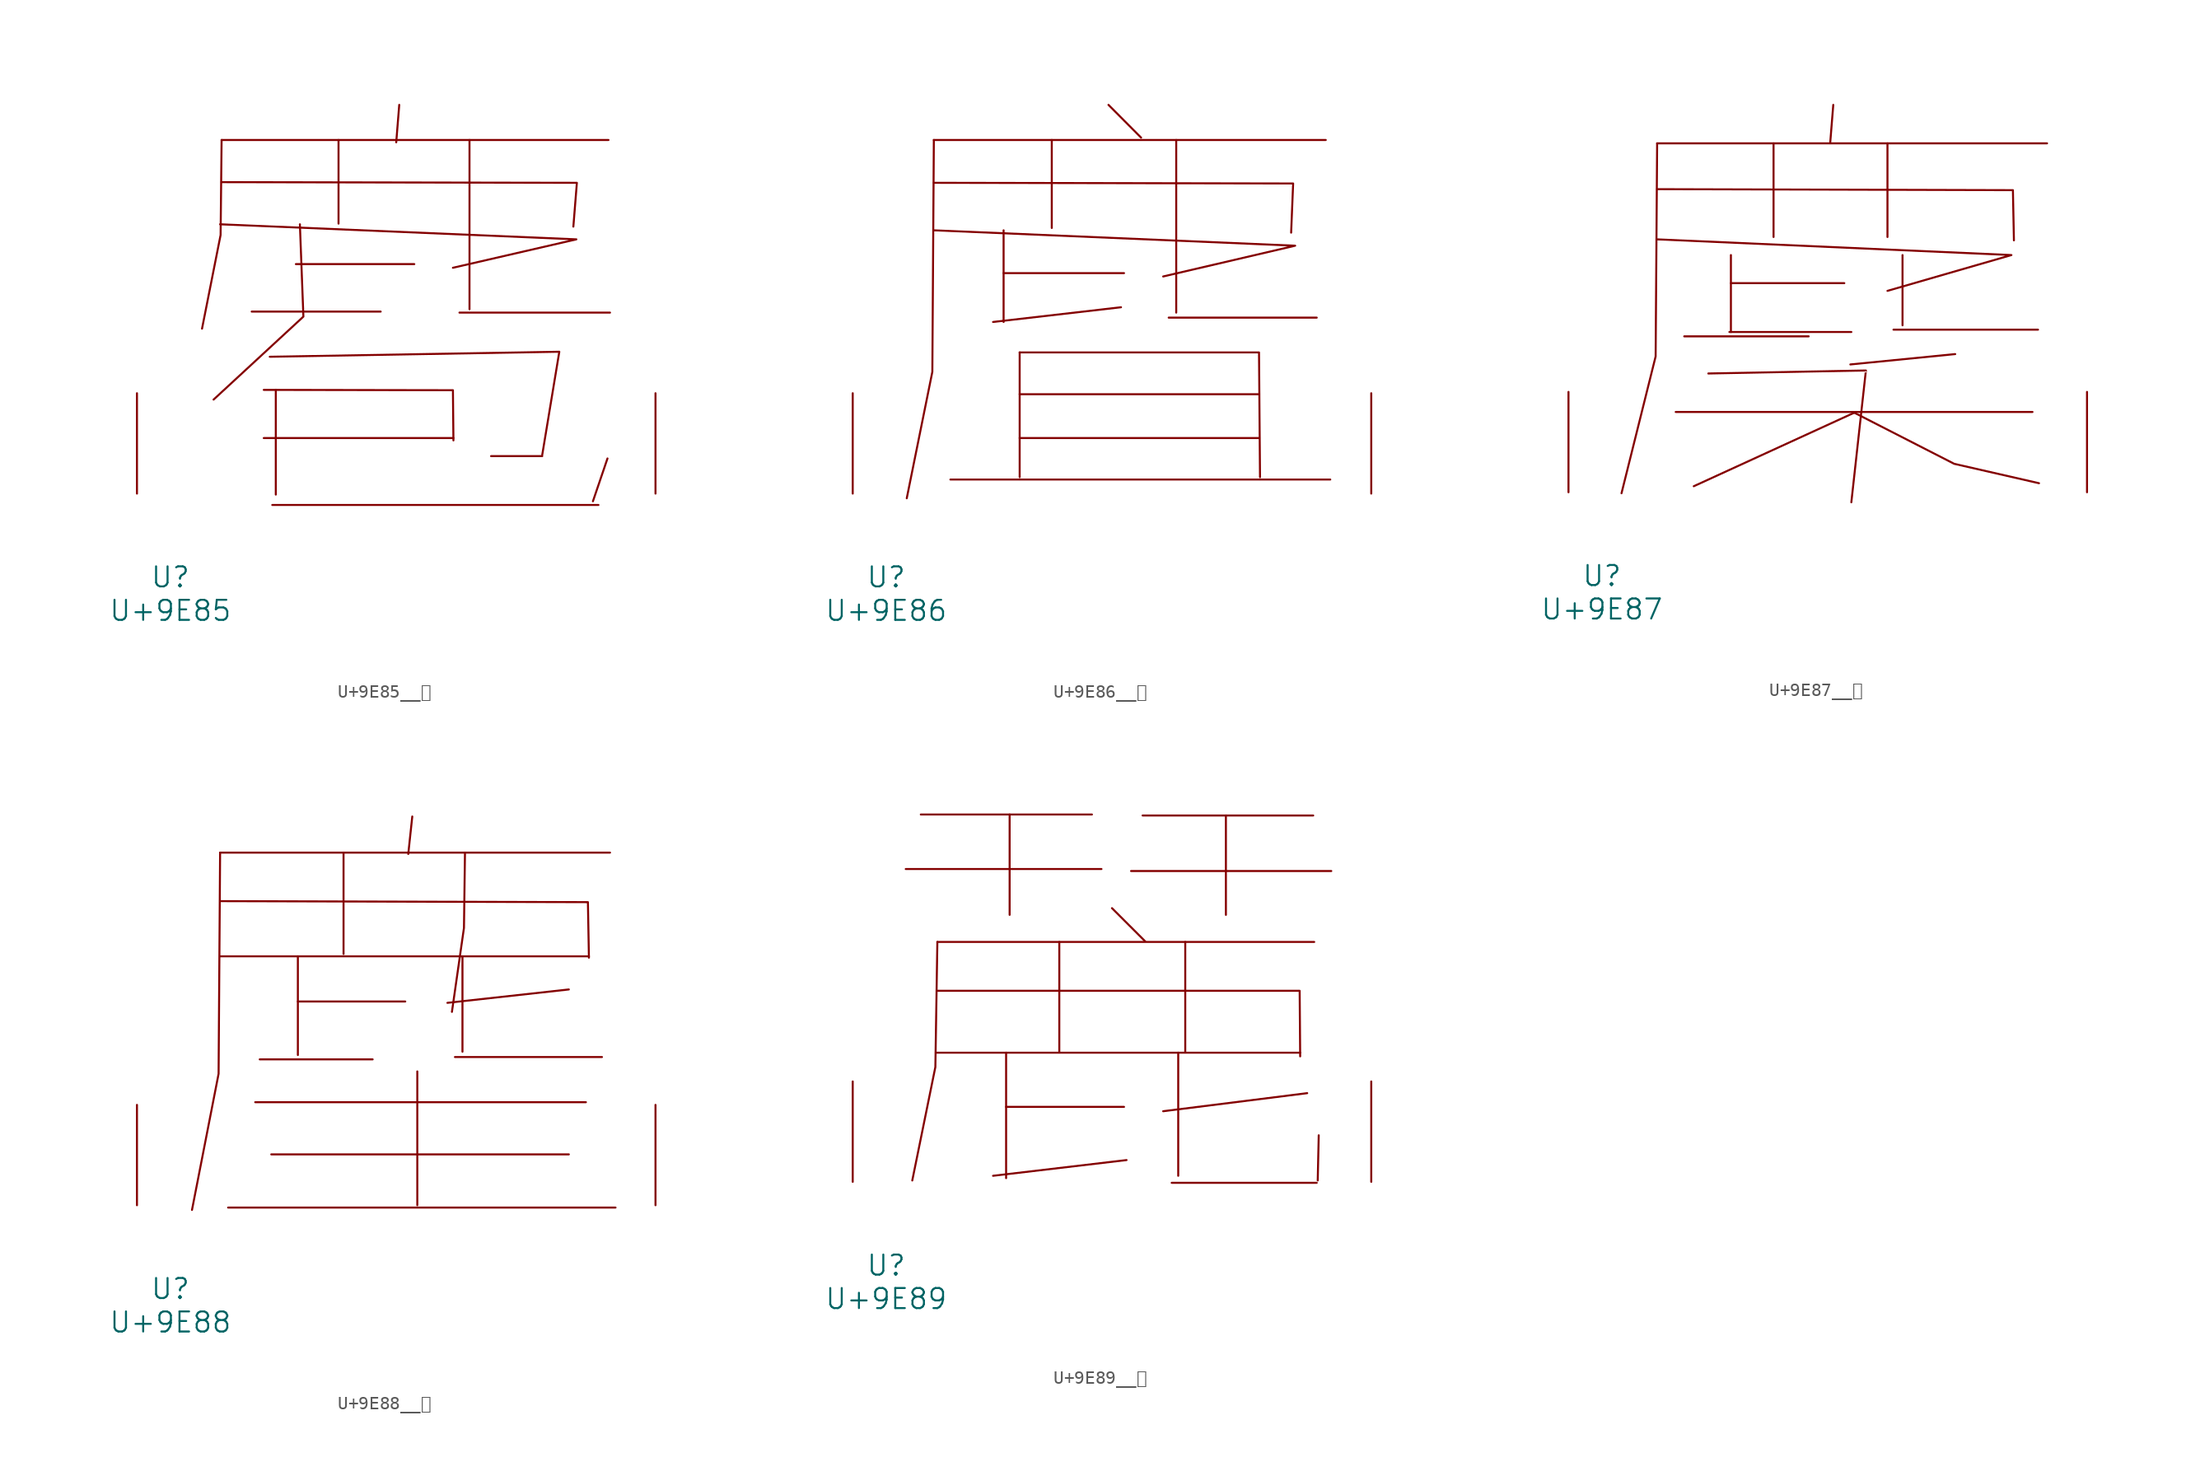
<source format=kicad_sym>
(kicad_symbol_lib
  (version 20231120)
  (generator "kicad_symbol_editor")
  (generator_version "8.0")
  (symbol "U+9E85__麅"
    (pin_names
      (offset 1.016))
    (property "Reference" "U"
      (at 0 -6.35 0)
      (effects (font (size 1.524 1.524))))
    (property "Value" "U+9E85"
      (at 0 -8.89 0)
      (effects (font (size 1.524 1.524))))
    (symbol "U+9E85__麅_0_1"
      (polyline (pts (xy 3.886 26.848) (xy 33.261 26.848)) (stroke (width 0) (type solid)) (fill (type none)))
      (polyline (pts (xy 6.172 13.818) (xy 15.964 13.818)) (stroke (width 0) (type solid)) (fill (type none)))
      (polyline (pts (xy 7.087 4.216) (xy 21.488 4.216)) (stroke (width 0) (type solid)) (fill (type none)))
      (polyline (pts (xy 7.734 -0.864) (xy 32.499 -0.864)) (stroke (width 0) (type solid)) (fill (type none)))
      (polyline (pts (xy 8.001 7.874) (xy 8.001 -0.076)) (stroke (width 0) (type solid)) (fill (type none)))
      (polyline (pts (xy 9.525 17.424) (xy 18.517 17.424)) (stroke (width 0) (type solid)) (fill (type none)))
      (polyline (pts (xy 12.764 26.848) (xy 12.764 20.498)) (stroke (width 0) (type solid)) (fill (type none)))
      (polyline (pts (xy 17.374 29.515) (xy 17.145 26.67)) (stroke (width 0) (type solid)) (fill (type none)))
      (polyline (pts (xy 21.946 13.741) (xy 33.376 13.741)) (stroke (width 0) (type solid)) (fill (type none)))
      (polyline (pts (xy 22.708 26.848) (xy 22.708 13.995)) (stroke (width 0) (type solid)) (fill (type none)))
      (polyline (pts (xy 24.346 2.845) (xy 28.232 2.845)) (stroke (width 0) (type solid)) (fill (type none)))
      (polyline (pts (xy 33.185 2.667) (xy 32.08 -0.584)) (stroke (width 0) (type solid)) (fill (type none)))
      (polyline (pts (xy 3.772 20.447) (xy 30.823 19.304) (xy 21.45 17.145)) (stroke (width 0) (type solid)) (fill (type none)))
      (polyline (pts (xy 3.886 23.647) (xy 30.861 23.597) (xy 30.594 20.269)) (stroke (width 0) (type solid)) (fill (type none)))
      (polyline (pts (xy 3.886 26.848) (xy 3.81 19.634) (xy 2.4 12.522)) (stroke (width 0) (type solid)) (fill (type none)))
      (polyline (pts (xy 7.087 7.874) (xy 21.45 7.849) (xy 21.488 4.039)) (stroke (width 0) (type solid)) (fill (type none)))
      (polyline (pts (xy 7.544 10.389) (xy 29.527 10.77) (xy 28.232 2.946)) (stroke (width 0) (type solid)) (fill (type none)))
      (polyline (pts (xy 9.83 20.447) (xy 10.097 13.437) (xy 3.277 7.137)) (stroke (width 0) (type solid)) (fill (type none)))
      (pin input line (at -2.54 0 90) (length 7.62) (name "~" (effects (font (size 1.27 1.27)))) (number "~" (effects (font (size 1.27 1.27)))))
      (pin input line (at 36.83 0 90) (length 7.62) (name "~" (effects (font (size 1.27 1.27)))) (number "~" (effects (font (size 1.27 1.27)))))))
  (symbol "U+9E86__麆"
    (pin_names
      (offset 1.016))
    (property "Reference" "U"
      (at 0 -6.35 0)
      (effects (font (size 1.524 1.524))))
    (property "Value" "U+9E86"
      (at 0 -8.89 0)
      (effects (font (size 1.524 1.524))))
    (symbol "U+9E86__麆_0_1"
      (polyline (pts (xy 3.619 26.848) (xy 33.376 26.848)) (stroke (width 0) (type solid)) (fill (type none)))
      (polyline (pts (xy 4.877 1.067) (xy 33.718 1.067)) (stroke (width 0) (type solid)) (fill (type none)))
      (polyline (pts (xy 8.915 16.739) (xy 18.059 16.739)) (stroke (width 0) (type solid)) (fill (type none)))
      (polyline (pts (xy 8.915 19.99) (xy 8.915 13.03)) (stroke (width 0) (type solid)) (fill (type none)))
      (polyline (pts (xy 10.135 4.216) (xy 28.308 4.216)) (stroke (width 0) (type solid)) (fill (type none)))
      (polyline (pts (xy 10.135 7.544) (xy 28.308 7.544)) (stroke (width 0) (type solid)) (fill (type none)))
      (polyline (pts (xy 10.135 10.719) (xy 10.135 1.245)) (stroke (width 0) (type solid)) (fill (type none)))
      (polyline (pts (xy 12.573 26.848) (xy 12.573 20.168)) (stroke (width 0) (type solid)) (fill (type none)))
      (polyline (pts (xy 16.878 29.515) (xy 19.355 27.026)) (stroke (width 0) (type solid)) (fill (type none)))
      (polyline (pts (xy 17.831 14.148) (xy 8.115 13.03)) (stroke (width 0) (type solid)) (fill (type none)))
      (polyline (pts (xy 21.45 13.36) (xy 32.69 13.36)) (stroke (width 0) (type solid)) (fill (type none)))
      (polyline (pts (xy 22.022 26.848) (xy 22.022 13.741)) (stroke (width 0) (type solid)) (fill (type none)))
      (polyline (pts (xy 3.619 19.99) (xy 31.052 18.821) (xy 21.031 16.485)) (stroke (width 0) (type solid)) (fill (type none)))
      (polyline (pts (xy 3.619 23.597) (xy 30.899 23.546) (xy 30.747 19.812)) (stroke (width 0) (type solid)) (fill (type none)))
      (polyline (pts (xy 3.619 26.848) (xy 3.505 9.246) (xy 1.562 -0.356)) (stroke (width 0) (type solid)) (fill (type none)))
      (polyline (pts (xy 10.135 10.719) (xy 28.308 10.719) (xy 28.384 1.245)) (stroke (width 0) (type solid)) (fill (type none)))
      (pin input line (at -2.54 0 90) (length 7.62) (name "~" (effects (font (size 1.27 1.27)))) (number "~" (effects (font (size 1.27 1.27)))))
      (pin input line (at 36.83 0 90) (length 7.62) (name "~" (effects (font (size 1.27 1.27)))) (number "~" (effects (font (size 1.27 1.27)))))))
  (symbol "U+9E87__麇"
    (pin_names
      (offset 1.016))
    (property "Reference" "U"
      (at 0 -6.35 0)
      (effects (font (size 1.524 1.524))))
    (property "Value" "U+9E87"
      (at 0 -8.89 0)
      (effects (font (size 1.524 1.524))))
    (symbol "U+9E87__麇_0_1"
      (polyline (pts (xy 4.191 26.492) (xy 33.795 26.492)) (stroke (width 0) (type solid)) (fill (type none)))
      (polyline (pts (xy 5.601 6.096) (xy 32.69 6.096)) (stroke (width 0) (type solid)) (fill (type none)))
      (polyline (pts (xy 6.248 11.836) (xy 15.697 11.836)) (stroke (width 0) (type solid)) (fill (type none)))
      (polyline (pts (xy 9.677 12.167) (xy 18.936 12.167)) (stroke (width 0) (type solid)) (fill (type none)))
      (polyline (pts (xy 9.792 15.875) (xy 18.402 15.875)) (stroke (width 0) (type solid)) (fill (type none)))
      (polyline (pts (xy 9.792 18.009) (xy 9.792 12.167)) (stroke (width 0) (type solid)) (fill (type none)))
      (polyline (pts (xy 13.03 26.492) (xy 13.03 19.38)) (stroke (width 0) (type solid)) (fill (type none)))
      (polyline (pts (xy 17.564 29.413) (xy 17.335 26.568)) (stroke (width 0) (type solid)) (fill (type none)))
      (polyline (pts (xy 19.279 6.096) (xy 6.972 0.457)) (stroke (width 0) (type solid)) (fill (type none)))
      (polyline (pts (xy 21.679 26.492) (xy 21.679 19.38)) (stroke (width 0) (type solid)) (fill (type none)))
      (polyline (pts (xy 22.136 12.344) (xy 33.109 12.344)) (stroke (width 0) (type solid)) (fill (type none)))
      (polyline (pts (xy 22.822 18.009) (xy 22.822 12.675)) (stroke (width 0) (type solid)) (fill (type none)))
      (polyline (pts (xy 26.822 10.49) (xy 18.86 9.703)) (stroke (width 0) (type solid)) (fill (type none)))
      (polyline (pts (xy 4.191 19.202) (xy 31.09 18.009) (xy 21.679 15.291)) (stroke (width 0) (type solid)) (fill (type none)))
      (polyline (pts (xy 4.191 23.012) (xy 31.204 22.936) (xy 31.28 19.126)) (stroke (width 0) (type solid)) (fill (type none)))
      (polyline (pts (xy 4.191 26.492) (xy 4.077 10.312) (xy 1.486 -0.076)) (stroke (width 0) (type solid)) (fill (type none)))
      (polyline (pts (xy 8.077 9.017) (xy 20.041 9.246) (xy 18.936 -0.762)) (stroke (width 0) (type solid)) (fill (type none)))
      (polyline (pts (xy 19.05 6.096) (xy 26.746 2.159) (xy 33.185 0.686)) (stroke (width 0) (type solid)) (fill (type none)))
      (pin input line (at -2.54 0 90) (length 7.62) (name "~" (effects (font (size 1.27 1.27)))) (number "~" (effects (font (size 1.27 1.27)))))
      (pin input line (at 36.83 0 90) (length 7.62) (name "~" (effects (font (size 1.27 1.27)))) (number "~" (effects (font (size 1.27 1.27)))))))
  (symbol "U+9E88__麈"
    (pin_names
      (offset 1.016))
    (property "Reference" "U"
      (at 0 -6.35 0)
      (effects (font (size 1.524 1.524))))
    (property "Value" "U+9E88"
      (at 0 -8.89 0)
      (effects (font (size 1.524 1.524))))
    (symbol "U+9E88__麈_0_1"
      (polyline (pts (xy 3.772 18.898) (xy 31.775 18.898)) (stroke (width 0) (type solid)) (fill (type none)))
      (polyline (pts (xy 3.772 26.772) (xy 33.376 26.772)) (stroke (width 0) (type solid)) (fill (type none)))
      (polyline (pts (xy 4.381 -0.178) (xy 33.795 -0.178)) (stroke (width 0) (type solid)) (fill (type none)))
      (polyline (pts (xy 6.439 7.823) (xy 31.547 7.823)) (stroke (width 0) (type solid)) (fill (type none)))
      (polyline (pts (xy 6.782 11.074) (xy 15.354 11.074)) (stroke (width 0) (type solid)) (fill (type none)))
      (polyline (pts (xy 7.658 3.861) (xy 30.251 3.861)) (stroke (width 0) (type solid)) (fill (type none)))
      (polyline (pts (xy 9.677 15.469) (xy 17.831 15.469)) (stroke (width 0) (type solid)) (fill (type none)))
      (polyline (pts (xy 9.677 18.898) (xy 9.677 11.405)) (stroke (width 0) (type solid)) (fill (type none)))
      (polyline (pts (xy 13.145 26.772) (xy 13.145 19.075)) (stroke (width 0) (type solid)) (fill (type none)))
      (polyline (pts (xy 18.364 29.515) (xy 18.059 26.67)) (stroke (width 0) (type solid)) (fill (type none)))
      (polyline (pts (xy 18.745 10.16) (xy 18.745 0)) (stroke (width 0) (type solid)) (fill (type none)))
      (polyline (pts (xy 21.603 11.252) (xy 32.766 11.252)) (stroke (width 0) (type solid)) (fill (type none)))
      (polyline (pts (xy 22.174 18.898) (xy 22.174 11.659)) (stroke (width 0) (type solid)) (fill (type none)))
      (polyline (pts (xy 30.251 16.383) (xy 21.031 15.367)) (stroke (width 0) (type solid)) (fill (type none)))
      (polyline (pts (xy 3.772 23.089) (xy 31.699 23.012) (xy 31.775 18.796)) (stroke (width 0) (type solid)) (fill (type none)))
      (polyline (pts (xy 3.772 26.772) (xy 3.658 9.982) (xy 1.638 -0.356)) (stroke (width 0) (type solid)) (fill (type none)))
      (polyline (pts (xy 22.365 26.772) (xy 22.288 21.057) (xy 21.374 14.681)) (stroke (width 0) (type solid)) (fill (type none)))
      (pin input line (at -2.54 0 90) (length 7.62) (name "~" (effects (font (size 1.27 1.27)))) (number "~" (effects (font (size 1.27 1.27)))))
      (pin input line (at 36.83 0 90) (length 7.62) (name "~" (effects (font (size 1.27 1.27)))) (number "~" (effects (font (size 1.27 1.27)))))))
  (symbol "U+9E89__麉"
    (pin_names
      (offset 1.016))
    (property "Reference" "U"
      (at 0 -6.35 0)
      (effects (font (size 1.524 1.524))))
    (property "Value" "U+9E89"
      (at 0 -8.89 0)
      (effects (font (size 1.524 1.524))))
    (symbol "U+9E89__麉_0_1"
      (polyline (pts (xy 1.486 23.749) (xy 16.345 23.749)) (stroke (width 0) (type solid)) (fill (type none)))
      (polyline (pts (xy 2.629 27.889) (xy 15.621 27.889)) (stroke (width 0) (type solid)) (fill (type none)))
      (polyline (pts (xy 3.772 9.804) (xy 31.433 9.804)) (stroke (width 0) (type solid)) (fill (type none)))
      (polyline (pts (xy 3.886 18.212) (xy 32.499 18.212)) (stroke (width 0) (type solid)) (fill (type none)))
      (polyline (pts (xy 9.106 5.69) (xy 18.059 5.69)) (stroke (width 0) (type solid)) (fill (type none)))
      (polyline (pts (xy 9.106 9.804) (xy 9.106 0.279)) (stroke (width 0) (type solid)) (fill (type none)))
      (polyline (pts (xy 9.373 27.889) (xy 9.373 20.269)) (stroke (width 0) (type solid)) (fill (type none)))
      (polyline (pts (xy 13.145 18.212) (xy 13.145 9.881)) (stroke (width 0) (type solid)) (fill (type none)))
      (polyline (pts (xy 17.145 20.777) (xy 19.66 18.263)) (stroke (width 0) (type solid)) (fill (type none)))
      (polyline (pts (xy 18.25 1.651) (xy 8.115 0.457)) (stroke (width 0) (type solid)) (fill (type none)))
      (polyline (pts (xy 18.593 23.597) (xy 33.795 23.597)) (stroke (width 0) (type solid)) (fill (type none)))
      (polyline (pts (xy 19.469 27.813) (xy 32.423 27.813)) (stroke (width 0) (type solid)) (fill (type none)))
      (polyline (pts (xy 21.679 -0.076) (xy 32.69 -0.076)) (stroke (width 0) (type solid)) (fill (type none)))
      (polyline (pts (xy 22.174 9.804) (xy 22.174 0.457)) (stroke (width 0) (type solid)) (fill (type none)))
      (polyline (pts (xy 22.708 18.212) (xy 22.708 9.881)) (stroke (width 0) (type solid)) (fill (type none)))
      (polyline (pts (xy 25.794 27.813) (xy 25.794 20.269)) (stroke (width 0) (type solid)) (fill (type none)))
      (polyline (pts (xy 31.966 6.731) (xy 21.031 5.359)) (stroke (width 0) (type solid)) (fill (type none)))
      (polyline (pts (xy 32.842 3.531) (xy 32.766 0.102)) (stroke (width 0) (type solid)) (fill (type none)))
      (polyline (pts (xy 3.886 14.503) (xy 31.394 14.503) (xy 31.433 9.525)) (stroke (width 0) (type solid)) (fill (type none)))
      (polyline (pts (xy 3.886 18.212) (xy 3.734 8.712) (xy 1.981 0.102)) (stroke (width 0) (type solid)) (fill (type none)))
      (pin input line (at -2.54 0 90) (length 7.62) (name "~" (effects (font (size 1.27 1.27)))) (number "~" (effects (font (size 1.27 1.27)))))
      (pin input line (at 36.83 0 90) (length 7.62) (name "~" (effects (font (size 1.27 1.27)))) (number "~" (effects (font (size 1.27 1.27))))))))
</source>
